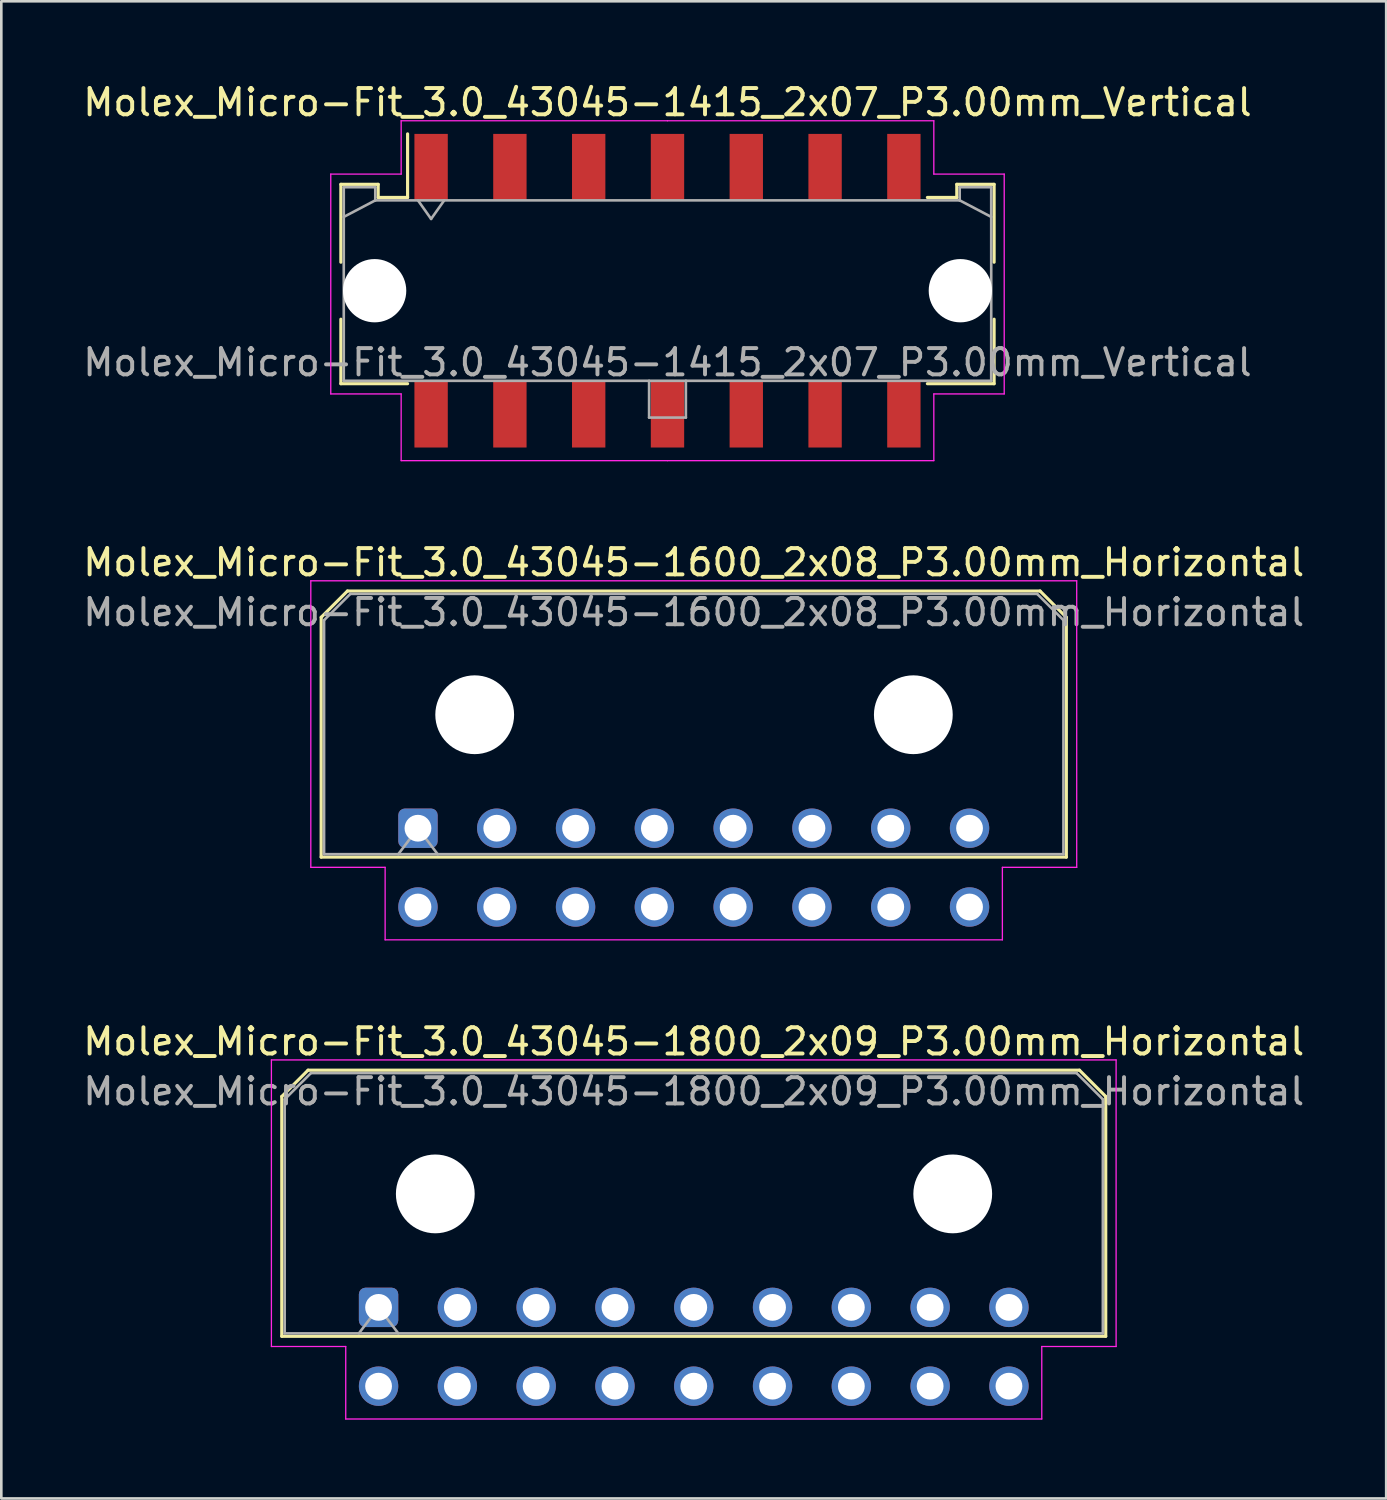
<source format=kicad_pcb>
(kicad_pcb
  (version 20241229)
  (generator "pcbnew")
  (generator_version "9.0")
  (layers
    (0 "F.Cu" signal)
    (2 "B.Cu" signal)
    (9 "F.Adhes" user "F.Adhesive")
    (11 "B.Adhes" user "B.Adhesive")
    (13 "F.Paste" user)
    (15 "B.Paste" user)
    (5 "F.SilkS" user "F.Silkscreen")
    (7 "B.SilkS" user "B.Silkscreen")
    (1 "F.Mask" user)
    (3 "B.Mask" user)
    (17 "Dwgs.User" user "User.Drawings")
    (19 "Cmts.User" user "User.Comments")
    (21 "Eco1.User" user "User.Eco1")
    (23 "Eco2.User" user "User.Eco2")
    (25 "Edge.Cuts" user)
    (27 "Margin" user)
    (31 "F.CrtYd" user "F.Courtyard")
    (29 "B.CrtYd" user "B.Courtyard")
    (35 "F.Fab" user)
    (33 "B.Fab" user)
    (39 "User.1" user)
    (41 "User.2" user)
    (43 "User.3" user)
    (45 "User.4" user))
  (footprint "Molex_Micro-Fit_3.0_43045-1600_2x08_P3.00mm_Horizontal"
    (layer "F.Cu")
    (at 12.863 28.482)
    (property "Reference" "Molex_Micro-Fit_3.0_43045-1600_2x08_P3.00mm_Horizontal" (at 10.5 -10.12 0) (layer "F.SilkS") (effects (font (size 1 1) (thickness 0.15))))
    (attr through_hole)
    (fp_line (start -3.685 -8.03) (end -2.685 -9.03) (stroke (width 0.12) (type solid)) (layer "F.SilkS"))
    (fp_line (start -3.685 1.1) (end -3.685 -8.03) (stroke (width 0.12) (type solid)) (layer "F.SilkS"))
    (fp_line (start -2.685 -9.03) (end 23.685 -9.03) (stroke (width 0.12) (type solid)) (layer "F.SilkS"))
    (fp_line (start 23.685 -9.03) (end 24.685 -8.03) (stroke (width 0.12) (type solid)) (layer "F.SilkS"))
    (fp_line (start 24.685 -8.03) (end 24.685 1.1) (stroke (width 0.12) (type solid)) (layer "F.SilkS"))
    (fp_line (start 24.685 1.1) (end -3.685 1.1) (stroke (width 0.12) (type solid)) (layer "F.SilkS"))
    (fp_line (start -4.08 -9.42) (end 25.08 -9.42) (stroke (width 0.05) (type solid)) (layer "F.CrtYd"))
    (fp_line (start -4.08 1.49) (end -4.08 -9.42) (stroke (width 0.05) (type solid)) (layer "F.CrtYd"))
    (fp_line (start -1.25 1.49) (end -4.08 1.49) (stroke (width 0.05) (type solid)) (layer "F.CrtYd"))
    (fp_line (start -1.25 4.25) (end -1.25 1.49) (stroke (width 0.05) (type solid)) (layer "F.CrtYd"))
    (fp_line (start 22.25 1.49) (end 22.25 4.25) (stroke (width 0.05) (type solid)) (layer "F.CrtYd"))
    (fp_line (start 22.25 4.25) (end -1.25 4.25) (stroke (width 0.05) (type solid)) (layer "F.CrtYd"))
    (fp_line (start 25.08 -9.42) (end 25.08 1.49) (stroke (width 0.05) (type solid)) (layer "F.CrtYd"))
    (fp_line (start 25.08 1.49) (end 22.25 1.49) (stroke (width 0.05) (type solid)) (layer "F.CrtYd"))
    (fp_line (start -3.575 -7.92) (end -2.575 -8.92) (stroke (width 0.1) (type solid)) (layer "F.Fab"))
    (fp_line (start -3.575 0.99) (end -3.575 -7.92) (stroke (width 0.1) (type solid)) (layer "F.Fab"))
    (fp_line (start -2.575 -8.92) (end 23.575 -8.92) (stroke (width 0.1) (type solid)) (layer "F.Fab"))
    (fp_line (start -0.75 0.99) (end 0 0) (stroke (width 0.1) (type solid)) (layer "F.Fab"))
    (fp_line (start 0 0) (end 0.75 0.99) (stroke (width 0.1) (type solid)) (layer "F.Fab"))
    (fp_line (start 23.575 -8.92) (end 24.575 -7.92) (stroke (width 0.1) (type solid)) (layer "F.Fab"))
    (fp_line (start 24.575 -7.92) (end 24.575 0.99) (stroke (width 0.1) (type solid)) (layer "F.Fab"))
    (fp_line (start 24.575 0.99) (end -3.575 0.99) (stroke (width 0.1) (type solid)) (layer "F.Fab"))
    (fp_text user "${REFERENCE}" (at 10.5 -8.22 0) (layer "F.Fab") (effects (font (size 1 1) (thickness 0.15))))
    (pad "" np_thru_hole circle (at 2.16 -4.32) (size 3 3) (drill 3) (layers "*.Cu" "*.Mask"))
    (pad "" np_thru_hole circle (at 18.86 -4.32) (size 3 3) (drill 3) (layers "*.Cu" "*.Mask"))
    (pad "1" thru_hole roundrect (at 0 0) (size 1.5 1.5) (drill 1.02) (layers "*.Cu" "*.Mask") (roundrect_rratio 0.167))
    (pad "2" thru_hole circle (at 3 0) (size 1.5 1.5) (drill 1.02) (layers "*.Cu" "*.Mask"))
    (pad "3" thru_hole circle (at 6 0) (size 1.5 1.5) (drill 1.02) (layers "*.Cu" "*.Mask"))
    (pad "4" thru_hole circle (at 9 0) (size 1.5 1.5) (drill 1.02) (layers "*.Cu" "*.Mask"))
    (pad "5" thru_hole circle (at 12 0) (size 1.5 1.5) (drill 1.02) (layers "*.Cu" "*.Mask"))
    (pad "6" thru_hole circle (at 15 0) (size 1.5 1.5) (drill 1.02) (layers "*.Cu" "*.Mask"))
    (pad "7" thru_hole circle (at 18 0) (size 1.5 1.5) (drill 1.02) (layers "*.Cu" "*.Mask"))
    (pad "8" thru_hole circle (at 21 0) (size 1.5 1.5) (drill 1.02) (layers "*.Cu" "*.Mask"))
    (pad "9" thru_hole circle (at 0 3) (size 1.5 1.5) (drill 1.02) (layers "*.Cu" "*.Mask"))
    (pad "10" thru_hole circle (at 3 3) (size 1.5 1.5) (drill 1.02) (layers "*.Cu" "*.Mask"))
    (pad "11" thru_hole circle (at 6 3) (size 1.5 1.5) (drill 1.02) (layers "*.Cu" "*.Mask"))
    (pad "12" thru_hole circle (at 9 3) (size 1.5 1.5) (drill 1.02) (layers "*.Cu" "*.Mask"))
    (pad "13" thru_hole circle (at 12 3) (size 1.5 1.5) (drill 1.02) (layers "*.Cu" "*.Mask"))
    (pad "14" thru_hole circle (at 15 3) (size 1.5 1.5) (drill 1.02) (layers "*.Cu" "*.Mask"))
    (pad "15" thru_hole circle (at 18 3) (size 1.5 1.5) (drill 1.02) (layers "*.Cu" "*.Mask"))
    (pad "16" thru_hole circle (at 21 3) (size 1.5 1.5) (drill 1.02) (layers "*.Cu" "*.Mask")))
  (footprint "Molex_Micro-Fit_3.0_43045-1800_2x09_P3.00mm_Horizontal"
    (layer "F.Cu")
    (at 11.363 46.725)
    (property "Reference" "Molex_Micro-Fit_3.0_43045-1800_2x09_P3.00mm_Horizontal" (at 12 -10.12 0) (layer "F.SilkS") (effects (font (size 1 1) (thickness 0.15))))
    (attr through_hole)
    (fp_line (start -3.685 -8.03) (end -2.685 -9.03) (stroke (width 0.12) (type solid)) (layer "F.SilkS"))
    (fp_line (start -3.685 1.1) (end -3.685 -8.03) (stroke (width 0.12) (type solid)) (layer "F.SilkS"))
    (fp_line (start -2.685 -9.03) (end 26.685 -9.03) (stroke (width 0.12) (type solid)) (layer "F.SilkS"))
    (fp_line (start 26.685 -9.03) (end 27.685 -8.03) (stroke (width 0.12) (type solid)) (layer "F.SilkS"))
    (fp_line (start 27.685 -8.03) (end 27.685 1.1) (stroke (width 0.12) (type solid)) (layer "F.SilkS"))
    (fp_line (start 27.685 1.1) (end -3.685 1.1) (stroke (width 0.12) (type solid)) (layer "F.SilkS"))
    (fp_line (start -4.08 -9.42) (end 28.08 -9.42) (stroke (width 0.05) (type solid)) (layer "F.CrtYd"))
    (fp_line (start -4.08 1.49) (end -4.08 -9.42) (stroke (width 0.05) (type solid)) (layer "F.CrtYd"))
    (fp_line (start -1.25 1.49) (end -4.08 1.49) (stroke (width 0.05) (type solid)) (layer "F.CrtYd"))
    (fp_line (start -1.25 4.25) (end -1.25 1.49) (stroke (width 0.05) (type solid)) (layer "F.CrtYd"))
    (fp_line (start 25.25 1.49) (end 25.25 4.25) (stroke (width 0.05) (type solid)) (layer "F.CrtYd"))
    (fp_line (start 25.25 4.25) (end -1.25 4.25) (stroke (width 0.05) (type solid)) (layer "F.CrtYd"))
    (fp_line (start 28.08 -9.42) (end 28.08 1.49) (stroke (width 0.05) (type solid)) (layer "F.CrtYd"))
    (fp_line (start 28.08 1.49) (end 25.25 1.49) (stroke (width 0.05) (type solid)) (layer "F.CrtYd"))
    (fp_line (start -3.575 -7.92) (end -2.575 -8.92) (stroke (width 0.1) (type solid)) (layer "F.Fab"))
    (fp_line (start -3.575 0.99) (end -3.575 -7.92) (stroke (width 0.1) (type solid)) (layer "F.Fab"))
    (fp_line (start -2.575 -8.92) (end 26.575 -8.92) (stroke (width 0.1) (type solid)) (layer "F.Fab"))
    (fp_line (start -0.75 0.99) (end 0 0) (stroke (width 0.1) (type solid)) (layer "F.Fab"))
    (fp_line (start 0 0) (end 0.75 0.99) (stroke (width 0.1) (type solid)) (layer "F.Fab"))
    (fp_line (start 26.575 -8.92) (end 27.575 -7.92) (stroke (width 0.1) (type solid)) (layer "F.Fab"))
    (fp_line (start 27.575 -7.92) (end 27.575 0.99) (stroke (width 0.1) (type solid)) (layer "F.Fab"))
    (fp_line (start 27.575 0.99) (end -3.575 0.99) (stroke (width 0.1) (type solid)) (layer "F.Fab"))
    (fp_text user "${REFERENCE}" (at 12 -8.22 0) (layer "F.Fab") (effects (font (size 1 1) (thickness 0.15))))
    (pad "" np_thru_hole circle (at 2.16 -4.32) (size 3 3) (drill 3) (layers "*.Cu" "*.Mask"))
    (pad "" np_thru_hole circle (at 21.86 -4.32) (size 3 3) (drill 3) (layers "*.Cu" "*.Mask"))
    (pad "1" thru_hole roundrect (at 0 0) (size 1.5 1.5) (drill 1.02) (layers "*.Cu" "*.Mask") (roundrect_rratio 0.167))
    (pad "2" thru_hole circle (at 3 0) (size 1.5 1.5) (drill 1.02) (layers "*.Cu" "*.Mask"))
    (pad "3" thru_hole circle (at 6 0) (size 1.5 1.5) (drill 1.02) (layers "*.Cu" "*.Mask"))
    (pad "4" thru_hole circle (at 9 0) (size 1.5 1.5) (drill 1.02) (layers "*.Cu" "*.Mask"))
    (pad "5" thru_hole circle (at 12 0) (size 1.5 1.5) (drill 1.02) (layers "*.Cu" "*.Mask"))
    (pad "6" thru_hole circle (at 15 0) (size 1.5 1.5) (drill 1.02) (layers "*.Cu" "*.Mask"))
    (pad "7" thru_hole circle (at 18 0) (size 1.5 1.5) (drill 1.02) (layers "*.Cu" "*.Mask"))
    (pad "8" thru_hole circle (at 21 0) (size 1.5 1.5) (drill 1.02) (layers "*.Cu" "*.Mask"))
    (pad "9" thru_hole circle (at 24 0) (size 1.5 1.5) (drill 1.02) (layers "*.Cu" "*.Mask"))
    (pad "10" thru_hole circle (at 0 3) (size 1.5 1.5) (drill 1.02) (layers "*.Cu" "*.Mask"))
    (pad "11" thru_hole circle (at 3 3) (size 1.5 1.5) (drill 1.02) (layers "*.Cu" "*.Mask"))
    (pad "12" thru_hole circle (at 6 3) (size 1.5 1.5) (drill 1.02) (layers "*.Cu" "*.Mask"))
    (pad "13" thru_hole circle (at 9 3) (size 1.5 1.5) (drill 1.02) (layers "*.Cu" "*.Mask"))
    (pad "14" thru_hole circle (at 12 3) (size 1.5 1.5) (drill 1.02) (layers "*.Cu" "*.Mask"))
    (pad "15" thru_hole circle (at 15 3) (size 1.5 1.5) (drill 1.02) (layers "*.Cu" "*.Mask"))
    (pad "16" thru_hole circle (at 18 3) (size 1.5 1.5) (drill 1.02) (layers "*.Cu" "*.Mask"))
    (pad "17" thru_hole circle (at 21 3) (size 1.5 1.5) (drill 1.02) (layers "*.Cu" "*.Mask"))
    (pad "18" thru_hole circle (at 24 3) (size 1.5 1.5) (drill 1.02) (layers "*.Cu" "*.Mask")))
  (footprint "Molex_Micro-Fit_3.0_43045-1415_2x07_P3.00mm_Vertical"
    (layer "F.Cu")
    (at 22.363 8.018)
    (property "Reference" "Molex_Micro-Fit_3.0_43045-1415_2x07_P3.00mm_Vertical" (at 0 -7.17 0) (layer "F.SilkS") (effects (font (size 1 1) (thickness 0.15))))
    (attr smd)
    (fp_line (start -12.435 -4.05) (end -11.015 -4.05) (stroke (width 0.12) (type solid)) (layer "F.SilkS"))
    (fp_line (start -12.435 -1.085) (end -12.435 -4.05) (stroke (width 0.12) (type solid)) (layer "F.SilkS"))
    (fp_line (start -12.435 1.085) (end -12.435 3.54) (stroke (width 0.12) (type solid)) (layer "F.SilkS"))
    (fp_line (start -12.435 3.54) (end -9.895 3.54) (stroke (width 0.12) (type solid)) (layer "F.SilkS"))
    (fp_line (start -11.015 -4.05) (end -11.015 -3.55) (stroke (width 0.12) (type solid)) (layer "F.SilkS"))
    (fp_line (start -11.015 -3.55) (end -9.895 -3.55) (stroke (width 0.12) (type solid)) (layer "F.SilkS"))
    (fp_line (start -9.895 -3.55) (end -9.895 -5.97) (stroke (width 0.12) (type solid)) (layer "F.SilkS"))
    (fp_line (start 11.015 -4.05) (end 11.015 -3.55) (stroke (width 0.12) (type solid)) (layer "F.SilkS"))
    (fp_line (start 11.015 -3.55) (end 9.895 -3.55) (stroke (width 0.12) (type solid)) (layer "F.SilkS"))
    (fp_line (start 12.435 -4.05) (end 11.015 -4.05) (stroke (width 0.12) (type solid)) (layer "F.SilkS"))
    (fp_line (start 12.435 -1.085) (end 12.435 -4.05) (stroke (width 0.12) (type solid)) (layer "F.SilkS"))
    (fp_line (start 12.435 1.085) (end 12.435 3.54) (stroke (width 0.12) (type solid)) (layer "F.SilkS"))
    (fp_line (start 12.435 3.54) (end 9.895 3.54) (stroke (width 0.12) (type solid)) (layer "F.SilkS"))
    (fp_line (start -12.82 -4.44) (end -12.82 3.93) (stroke (width 0.05) (type solid)) (layer "F.CrtYd"))
    (fp_line (start -12.82 3.93) (end -10.14 3.93) (stroke (width 0.05) (type solid)) (layer "F.CrtYd"))
    (fp_line (start -10.14 -6.47) (end -10.14 -4.44) (stroke (width 0.05) (type solid)) (layer "F.CrtYd"))
    (fp_line (start -10.14 -4.44) (end -12.82 -4.44) (stroke (width 0.05) (type solid)) (layer "F.CrtYd"))
    (fp_line (start -10.14 3.93) (end -10.14 6.47) (stroke (width 0.05) (type solid)) (layer "F.CrtYd"))
    (fp_line (start -10.14 6.47) (end 0 6.47) (stroke (width 0.05) (type solid)) (layer "F.CrtYd"))
    (fp_line (start 0 -6.47) (end -10.14 -6.47) (stroke (width 0.05) (type solid)) (layer "F.CrtYd"))
    (fp_line (start 0 -6.47) (end 10.14 -6.47) (stroke (width 0.05) (type solid)) (layer "F.CrtYd"))
    (fp_line (start 10.14 -6.47) (end 10.14 -4.44) (stroke (width 0.05) (type solid)) (layer "F.CrtYd"))
    (fp_line (start 10.14 -4.44) (end 12.82 -4.44) (stroke (width 0.05) (type solid)) (layer "F.CrtYd"))
    (fp_line (start 10.14 3.93) (end 10.14 6.47) (stroke (width 0.05) (type solid)) (layer "F.CrtYd"))
    (fp_line (start 10.14 6.47) (end 0 6.47) (stroke (width 0.05) (type solid)) (layer "F.CrtYd"))
    (fp_line (start 12.82 -4.44) (end 12.82 3.93) (stroke (width 0.05) (type solid)) (layer "F.CrtYd"))
    (fp_line (start 12.82 3.93) (end 10.14 3.93) (stroke (width 0.05) (type solid)) (layer "F.CrtYd"))
    (fp_line (start -12.325 -3.94) (end -12.325 3.43) (stroke (width 0.1) (type solid)) (layer "F.Fab"))
    (fp_line (start -12.325 -2.81) (end -11.125 -3.44) (stroke (width 0.1) (type solid)) (layer "F.Fab"))
    (fp_line (start -12.325 3.43) (end 12.325 3.43) (stroke (width 0.1) (type solid)) (layer "F.Fab"))
    (fp_line (start -11.125 -3.94) (end -12.325 -3.94) (stroke (width 0.1) (type solid)) (layer "F.Fab"))
    (fp_line (start -11.125 -3.44) (end -11.125 -3.94) (stroke (width 0.1) (type solid)) (layer "F.Fab"))
    (fp_line (start -9.5 -3.44) (end -9 -2.733) (stroke (width 0.1) (type solid)) (layer "F.Fab"))
    (fp_line (start -9 -2.733) (end -8.5 -3.44) (stroke (width 0.1) (type solid)) (layer "F.Fab"))
    (fp_line (start -0.7 3.43) (end -0.7 4.83) (stroke (width 0.1) (type solid)) (layer "F.Fab"))
    (fp_line (start -0.7 4.83) (end 0.7 4.83) (stroke (width 0.1) (type solid)) (layer "F.Fab"))
    (fp_line (start 0.7 4.83) (end 0.7 3.43) (stroke (width 0.1) (type solid)) (layer "F.Fab"))
    (fp_line (start 11.125 -3.94) (end 11.125 -3.44) (stroke (width 0.1) (type solid)) (layer "F.Fab"))
    (fp_line (start 11.125 -3.44) (end -11.125 -3.44) (stroke (width 0.1) (type solid)) (layer "F.Fab"))
    (fp_line (start 12.325 -3.94) (end 11.125 -3.94) (stroke (width 0.1) (type solid)) (layer "F.Fab"))
    (fp_line (start 12.325 -2.81) (end 11.125 -3.44) (stroke (width 0.1) (type solid)) (layer "F.Fab"))
    (fp_line (start 12.325 3.43) (end 12.325 -3.94) (stroke (width 0.1) (type solid)) (layer "F.Fab"))
    (fp_text user "${REFERENCE}" (at 0 2.73 0) (layer "F.Fab") (effects (font (size 1 1) (thickness 0.15))))
    (pad "" np_thru_hole circle (at -11.15 0) (size 2.41 2.41) (drill 2.41) (layers "*.Cu" "*.Mask"))
    (pad "" np_thru_hole circle (at 11.15 0) (size 2.41 2.41) (drill 2.41) (layers "*.Cu" "*.Mask"))
    (pad "1" smd rect (at -9 -4.7) (size 1.27 2.54) (layers "F.Cu" "F.Mask" "F.Paste"))
    (pad "2" smd rect (at -6 -4.7) (size 1.27 2.54) (layers "F.Cu" "F.Mask" "F.Paste"))
    (pad "3" smd rect (at -3 -4.7) (size 1.27 2.54) (layers "F.Cu" "F.Mask" "F.Paste"))
    (pad "4" smd rect (at 0 -4.7) (size 1.27 2.54) (layers "F.Cu" "F.Mask" "F.Paste"))
    (pad "5" smd rect (at 3 -4.7) (size 1.27 2.54) (layers "F.Cu" "F.Mask" "F.Paste"))
    (pad "6" smd rect (at 6 -4.7) (size 1.27 2.54) (layers "F.Cu" "F.Mask" "F.Paste"))
    (pad "7" smd rect (at 9 -4.7) (size 1.27 2.54) (layers "F.Cu" "F.Mask" "F.Paste"))
    (pad "8" smd rect (at -9 4.7) (size 1.27 2.54) (layers "F.Cu" "F.Mask" "F.Paste"))
    (pad "9" smd rect (at -6 4.7) (size 1.27 2.54) (layers "F.Cu" "F.Mask" "F.Paste"))
    (pad "10" smd rect (at -3 4.7) (size 1.27 2.54) (layers "F.Cu" "F.Mask" "F.Paste"))
    (pad "11" smd rect (at 0 4.7) (size 1.27 2.54) (layers "F.Cu" "F.Mask" "F.Paste"))
    (pad "12" smd rect (at 3 4.7) (size 1.27 2.54) (layers "F.Cu" "F.Mask" "F.Paste"))
    (pad "13" smd rect (at 6 4.7) (size 1.27 2.54) (layers "F.Cu" "F.Mask" "F.Paste"))
    (pad "14" smd rect (at 9 4.7) (size 1.27 2.54) (layers "F.Cu" "F.Mask" "F.Paste")))
  (gr_rect
    (start -3 -3)
    (end 49.726 54)
    (stroke (width 0.1) (type default))
    (fill no)
    (layer "Edge.Cuts")))
</source>
